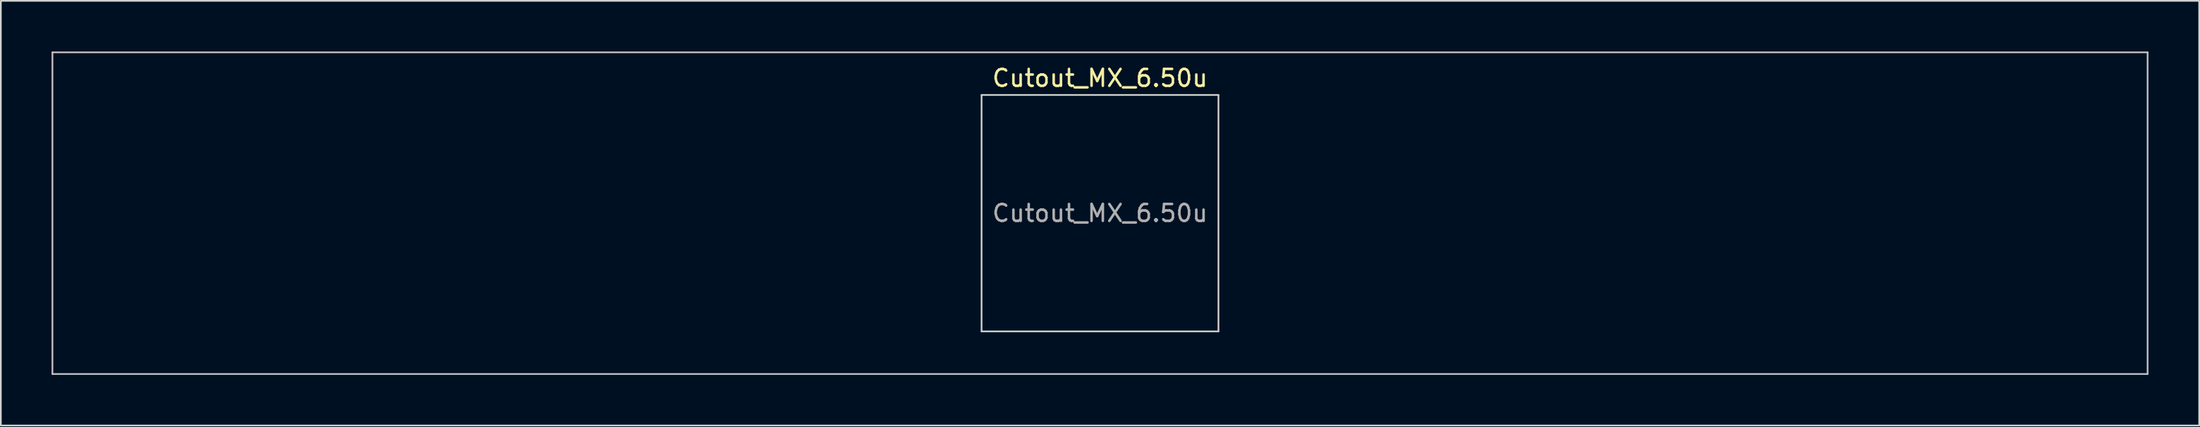
<source format=kicad_pcb>
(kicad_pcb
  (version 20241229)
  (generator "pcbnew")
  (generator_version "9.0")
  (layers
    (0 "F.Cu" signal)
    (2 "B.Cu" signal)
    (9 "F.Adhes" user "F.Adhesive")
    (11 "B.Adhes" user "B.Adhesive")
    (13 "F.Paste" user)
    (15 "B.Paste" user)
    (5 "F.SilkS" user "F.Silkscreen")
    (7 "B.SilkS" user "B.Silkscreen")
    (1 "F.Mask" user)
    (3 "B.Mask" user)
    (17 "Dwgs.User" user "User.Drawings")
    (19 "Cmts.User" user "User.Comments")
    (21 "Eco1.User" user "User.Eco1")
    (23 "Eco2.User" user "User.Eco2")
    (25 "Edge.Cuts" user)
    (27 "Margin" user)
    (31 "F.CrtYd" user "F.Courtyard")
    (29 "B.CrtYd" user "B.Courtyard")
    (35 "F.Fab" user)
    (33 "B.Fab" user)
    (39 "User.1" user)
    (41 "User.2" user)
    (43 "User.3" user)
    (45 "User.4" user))
  (footprint "Cutout_MX_6.50u"
    (layer "F.Cu")
    (at 61.962 9.575)
    (property "Reference" "Cutout_MX_6.50u" (at 0 -8 0) (layer "F.SilkS") (effects (font (size 1 1) (thickness 0.15))))
    (attr through_hole)
    (fp_line (start -61.913 -9.525) (end -61.913 9.525) (stroke (width 0.1) (type solid)) (layer "Dwgs.User"))
    (fp_line (start -61.913 9.525) (end 61.913 9.525) (stroke (width 0.1) (type solid)) (layer "Dwgs.User"))
    (fp_line (start 61.913 -9.525) (end -61.913 -9.525) (stroke (width 0.1) (type solid)) (layer "Dwgs.User"))
    (fp_line (start 61.913 9.525) (end 61.913 -9.525) (stroke (width 0.1) (type solid)) (layer "Dwgs.User"))
    (fp_line (start -7 -7) (end -7 7) (stroke (width 0.1) (type solid)) (layer "Edge.Cuts"))
    (fp_line (start -7 7) (end 7 7) (stroke (width 0.1) (type solid)) (layer "Edge.Cuts"))
    (fp_line (start 7 -7) (end -7 -7) (stroke (width 0.1) (type solid)) (layer "Edge.Cuts"))
    (fp_line (start 7 7) (end 7 -7) (stroke (width 0.1) (type solid)) (layer "Edge.Cuts"))
    (fp_text user "${REFERENCE}" (at 0 0 0) (layer "F.Fab") (effects (font (size 1 1) (thickness 0.15)))))
  (gr_rect
    (start -3 -3)
    (end 126.925 22.15)
    (stroke (width 0.1) (type default))
    (fill no)
    (layer "Edge.Cuts")))
</source>
